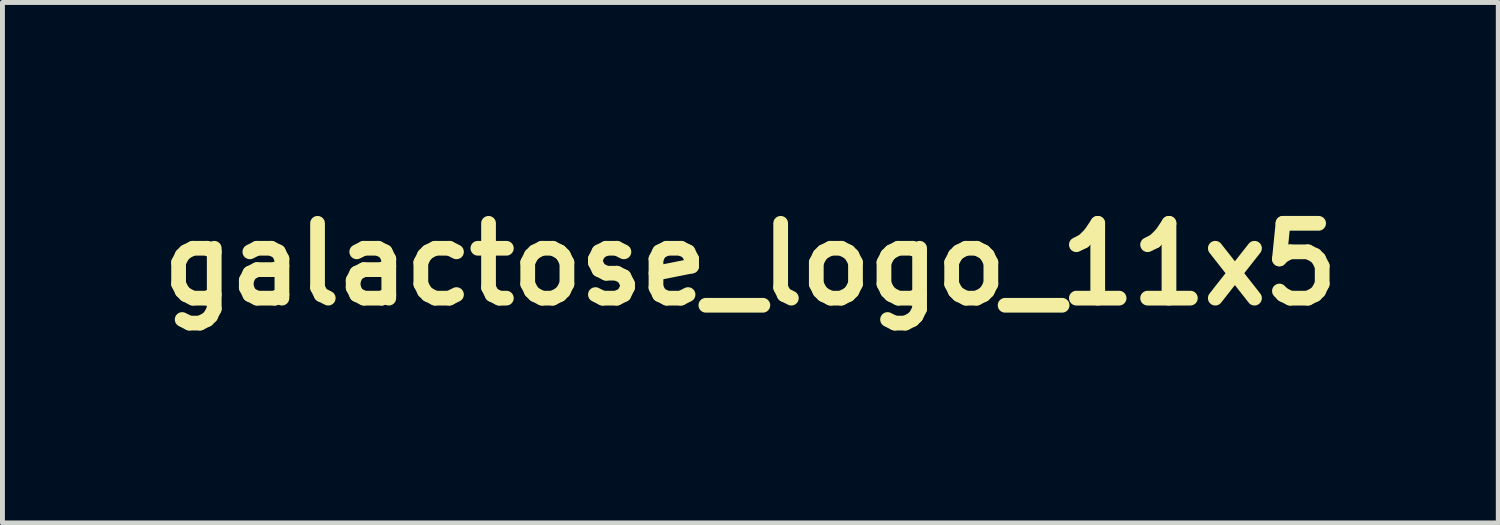
<source format=kicad_pcb>
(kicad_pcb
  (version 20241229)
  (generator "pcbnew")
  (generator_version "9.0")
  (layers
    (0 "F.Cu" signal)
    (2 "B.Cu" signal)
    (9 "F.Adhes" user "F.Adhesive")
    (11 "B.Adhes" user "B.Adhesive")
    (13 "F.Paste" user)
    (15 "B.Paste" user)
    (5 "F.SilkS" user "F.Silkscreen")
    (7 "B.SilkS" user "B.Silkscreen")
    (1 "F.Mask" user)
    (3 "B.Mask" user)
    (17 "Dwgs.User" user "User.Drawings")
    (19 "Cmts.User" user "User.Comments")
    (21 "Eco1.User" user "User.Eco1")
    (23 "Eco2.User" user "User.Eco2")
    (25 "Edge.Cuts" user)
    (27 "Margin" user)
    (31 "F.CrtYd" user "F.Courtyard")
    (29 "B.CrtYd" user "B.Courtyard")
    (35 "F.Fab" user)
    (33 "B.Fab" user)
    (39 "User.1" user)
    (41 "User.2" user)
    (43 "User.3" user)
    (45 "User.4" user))
  (footprint "galactose_logo_11x5"
    (layer "F.Cu")
    (at 12.236 2.334)
    (property "Reference" "galactose_logo_11x5" (at 0 0 0) (layer "F.SilkS") (effects (font (size 1.524 1.524) (thickness 0.3))))
    (attr through_hole)
    (fp_poly (pts (xy -4.385 -0.555) (xy -4.351 -0.538) (xy -4.296 -0.507) (xy -4.223 -0.465) (xy -4.137 -0.416) (xy -4.043 -0.36) (xy -3.945 -0.302) (xy -3.847 -0.243) (xy -3.754 -0.187) (xy -3.669 -0.135) (xy -3.598 -0.09) (xy -3.544 -0.056) (xy -3.512 -0.034) (xy -3.505 -0.028) (xy -3.514 -0.000165) (xy -3.534 0.034) (xy -3.557 0.06) (xy -3.57 0.067) (xy -3.587 0.059) (xy -3.629 0.036) (xy -3.694 0.000132) (xy -3.776 -0.046) (xy -3.872 -0.101) (xy -3.979 -0.162) (xy -4.001 -0.175) (xy -4.11 -0.238) (xy -4.209 -0.297) (xy -4.296 -0.348) (xy -4.365 -0.389) (xy -4.414 -0.419) (xy -4.438 -0.435) (xy -4.439 -0.436) (xy -4.446 -0.46) (xy -4.43 -0.501) (xy -4.426 -0.507) (xy -4.403 -0.54) (xy -4.387 -0.555) (xy -4.385 -0.555)) (stroke (width 0.01) (type solid)) (fill yes) (layer "F.Mask"))
    (fp_poly (pts (xy 0.835 -2.309) (xy 0.906 -2.266) (xy 0.962 -2.204) (xy 0.996 -2.129) (xy 1.005 -2.045) (xy 1 -2.009) (xy 0.983 -1.961) (xy 0.957 -1.911) (xy 0.928 -1.87) (xy 0.903 -1.848) (xy 0.896 -1.846) (xy 0.892 -1.829) (xy 0.889 -1.781) (xy 0.886 -1.704) (xy 0.884 -1.601) (xy 0.882 -1.473) (xy 0.881 -1.324) (xy 0.881 -1.178) (xy 0.881 -0.511) (xy 1.003 -0.442) (xy 1.115 -0.379) (xy 1.204 -0.329) (xy 1.274 -0.289) (xy 1.333 -0.255) (xy 1.386 -0.224) (xy 1.405 -0.212) (xy 1.448 -0.187) (xy 1.515 -0.148) (xy 1.598 -0.099) (xy 1.693 -0.044) (xy 1.794 0.014) (xy 1.821 0.029) (xy 2.144 0.215) (xy 2.253 0.153) (xy 2.297 0.127) (xy 2.356 0.094) (xy 2.431 0.05) (xy 2.525 -0.004) (xy 2.64 -0.07) (xy 2.778 -0.15) (xy 2.94 -0.244) (xy 3.13 -0.354) (xy 3.133 -0.356) (xy 3.219 -0.406) (xy 3.306 -0.455) (xy 3.384 -0.5) (xy 3.442 -0.533) (xy 3.45 -0.537) (xy 3.555 -0.595) (xy 3.949 -0.368) (xy 4.07 -0.298) (xy 4.197 -0.225) (xy 4.321 -0.153) (xy 4.436 -0.087) (xy 4.533 -0.031) (xy 4.58 -0.004) (xy 4.818 0.132) (xy 4.902 0.114) (xy 4.995 0.11) (xy 5.077 0.134) (xy 5.146 0.181) (xy 5.195 0.246) (xy 5.222 0.325) (xy 5.223 0.412) (xy 5.208 0.467) (xy 5.161 0.546) (xy 5.096 0.602) (xy 5.019 0.634) (xy 4.936 0.64) (xy 4.854 0.619) (xy 4.78 0.57) (xy 4.76 0.55) (xy 4.725 0.499) (xy 4.701 0.446) (xy 4.698 0.432) (xy 4.692 0.409) (xy 4.68 0.388) (xy 4.659 0.366) (xy 4.623 0.34) (xy 4.568 0.305) (xy 4.49 0.259) (xy 4.456 0.239) (xy 4.35 0.178) (xy 4.23 0.109) (xy 4.11 0.039) (xy 4.003 -0.022) (xy 3.996 -0.026) (xy 3.907 -0.078) (xy 3.817 -0.129) (xy 3.737 -0.175) (xy 3.675 -0.211) (xy 3.659 -0.22) (xy 3.551 -0.282) (xy 3.244 -0.105) (xy 3.128 -0.038) (xy 2.993 0.039) (xy 2.853 0.121) (xy 2.717 0.199) (xy 2.612 0.26) (xy 2.286 0.448) (xy 2.286 1.757) (xy 2.337 1.812) (xy 2.39 1.891) (xy 2.412 1.977) (xy 2.404 2.063) (xy 2.365 2.145) (xy 2.335 2.181) (xy 2.262 2.235) (xy 2.181 2.261) (xy 2.1 2.26) (xy 2.024 2.234) (xy 1.958 2.187) (xy 1.909 2.12) (xy 1.883 2.037) (xy 1.88 1.995) (xy 1.895 1.912) (xy 1.935 1.833) (xy 1.983 1.78) (xy 1.991 1.772) (xy 1.998 1.76) (xy 2.003 1.743) (xy 2.007 1.715) (xy 2.01 1.674) (xy 2.012 1.617) (xy 2.013 1.541) (xy 2.013 1.441) (xy 2.013 1.316) (xy 2.012 1.16) (xy 2.011 1.101) (xy 2.007 0.449) (xy 1.702 0.274) (xy 1.587 0.207) (xy 1.453 0.13) (xy 1.313 0.05) (xy 1.177 -0.029) (xy 1.068 -0.092) (xy 0.738 -0.282) (xy 0.255 -0.004) (xy 0.13 0.068) (xy 0.008 0.138) (xy -0.106 0.204) (xy -0.209 0.263) (xy -0.294 0.312) (xy -0.357 0.348) (xy -0.377 0.359) (xy -0.525 0.444) (xy -0.525 1.11) (xy -0.525 1.278) (xy -0.525 1.416) (xy -0.524 1.525) (xy -0.523 1.611) (xy -0.521 1.675) (xy -0.518 1.722) (xy -0.514 1.754) (xy -0.51 1.774) (xy -0.503 1.786) (xy -0.496 1.792) (xy -0.493 1.794) (xy -0.457 1.829) (xy -0.427 1.888) (xy -0.41 1.959) (xy -0.406 2.002) (xy -0.423 2.089) (xy -0.47 2.168) (xy -0.527 2.223) (xy -0.588 2.251) (xy -0.664 2.263) (xy -0.738 2.257) (xy -0.771 2.246) (xy -0.847 2.195) (xy -0.9 2.125) (xy -0.929 2.044) (xy -0.931 1.958) (xy -0.906 1.874) (xy -0.861 1.81) (xy -0.813 1.757) (xy -0.813 0.447) (xy -0.902 0.396) (xy -0.942 0.372) (xy -1.006 0.335) (xy -1.089 0.288) (xy -1.184 0.233) (xy -1.287 0.174) (xy -1.338 0.144) (xy -1.451 0.079) (xy -1.567 0.012) (xy -1.68 -0.053) (xy -1.781 -0.111) (xy -1.862 -0.158) (xy -1.881 -0.169) (xy -2.076 -0.283) (xy -2.236 -0.19) (xy -2.293 -0.158) (xy -2.373 -0.111) (xy -2.472 -0.054) (xy -2.584 0.01) (xy -2.703 0.079) (xy -2.825 0.149) (xy -2.845 0.161) (xy -2.962 0.228) (xy -3.073 0.292) (xy -3.175 0.351) (xy -3.263 0.402) (xy -3.332 0.442) (xy -3.377 0.468) (xy -3.385 0.473) (xy -3.436 0.5) (xy -3.477 0.516) (xy -3.497 0.519) (xy -3.517 0.508) (xy -3.564 0.482) (xy -3.638 0.44) (xy -3.737 0.383) (xy -3.86 0.313) (xy -4.004 0.23) (xy -4.169 0.135) (xy -4.353 0.029) (xy -4.554 -0.088) (xy -4.623 -0.128) (xy -4.685 -0.163) (xy -4.728 -0.183) (xy -4.759 -0.191) (xy -4.789 -0.189) (xy -4.82 -0.182) (xy -4.909 -0.174) (xy -4.991 -0.194) (xy -5.062 -0.237) (xy -5.117 -0.299) (xy -5.151 -0.375) (xy -5.159 -0.459) (xy -5.149 -0.512) (xy -5.114 -0.583) (xy -5.06 -0.645) (xy -4.995 -0.689) (xy -4.953 -0.704) (xy -4.859 -0.706) (xy -4.773 -0.68) (xy -4.702 -0.629) (xy -4.651 -0.556) (xy -4.635 -0.514) (xy -4.631 -0.496) (xy -4.626 -0.48) (xy -4.618 -0.466) (xy -4.605 -0.45) (xy -4.584 -0.431) (xy -4.553 -0.409) (xy -4.51 -0.38) (xy -4.451 -0.344) (xy -4.374 -0.298) (xy -4.278 -0.242) (xy -4.159 -0.174) (xy -4.015 -0.091) (xy -3.886 -0.017) (xy -3.791 0.037) (xy -3.704 0.088) (xy -3.628 0.131) (xy -3.571 0.164) (xy -3.537 0.184) (xy -3.533 0.186) (xy -3.51 0.199) (xy -3.489 0.204) (xy -3.463 0.198) (xy -3.425 0.18) (xy -3.367 0.148) (xy -3.347 0.136) (xy -3.294 0.106) (xy -3.218 0.062) (xy -3.124 0.007) (xy -3.017 -0.054) (xy -2.904 -0.12) (xy -2.802 -0.178) (xy -2.691 -0.242) (xy -2.584 -0.304) (xy -2.488 -0.36) (xy -2.406 -0.407) (xy -2.344 -0.443) (xy -2.307 -0.464) (xy -2.218 -0.515) (xy -2.218 -1.825) (xy -2.269 -1.879) (xy -2.321 -1.958) (xy -2.343 -2.044) (xy -2.333 -2.131) (xy -2.292 -2.214) (xy -2.264 -2.248) (xy -2.192 -2.302) (xy -2.113 -2.328) (xy -2.033 -2.327) (xy -1.957 -2.302) (xy -1.891 -2.255) (xy -1.842 -2.189) (xy -1.815 -2.107) (xy -1.812 -2.062) (xy -1.825 -1.987) (xy -1.858 -1.914) (xy -1.904 -1.858) (xy -1.916 -1.849) (xy -1.924 -1.842) (xy -1.93 -1.83) (xy -1.936 -1.812) (xy -1.94 -1.782) (xy -1.943 -1.739) (xy -1.945 -1.678) (xy -1.946 -1.597) (xy -1.947 -1.493) (xy -1.947 -1.361) (xy -1.947 -1.199) (xy -1.947 -1.178) (xy -1.947 -1.003) (xy -1.946 -0.859) (xy -1.945 -0.744) (xy -1.943 -0.656) (xy -1.94 -0.591) (xy -1.936 -0.547) (xy -1.931 -0.521) (xy -1.926 -0.512) (xy -1.907 -0.5) (xy -1.862 -0.473) (xy -1.794 -0.433) (xy -1.709 -0.384) (xy -1.61 -0.326) (xy -1.499 -0.263) (xy -1.448 -0.233) (xy -1.325 -0.163) (xy -1.204 -0.093) (xy -1.09 -0.027) (xy -0.987 0.032) (xy -0.902 0.081) (xy -0.84 0.117) (xy -0.83 0.123) (xy -0.758 0.164) (xy -0.708 0.19) (xy -0.675 0.202) (xy -0.652 0.203) (xy -0.635 0.196) (xy -0.612 0.182) (xy -0.564 0.154) (xy -0.494 0.113) (xy -0.407 0.063) (xy -0.305 0.004) (xy -0.194 -0.06) (xy -0.144 -0.089) (xy -0.023 -0.158) (xy 0.096 -0.227) (xy 0.207 -0.291) (xy 0.305 -0.348) (xy 0.386 -0.394) (xy 0.444 -0.428) (xy 0.454 -0.434) (xy 0.595 -0.516) (xy 0.592 -1.834) (xy 0.55 -1.873) (xy 0.497 -1.942) (xy 0.473 -2.021) (xy 0.475 -2.102) (xy 0.501 -2.181) (xy 0.551 -2.249) (xy 0.621 -2.3) (xy 0.67 -2.32) (xy 0.755 -2.329) (xy 0.835 -2.309)) (stroke (width 0.01) (type solid)) (fill yes) (layer "F.Mask")))
  (gr_rect
    (start -3 -3)
    (end 27.471 7.602)
    (stroke (width 0.1) (type default))
    (fill no)
    (layer "Edge.Cuts")))
</source>
